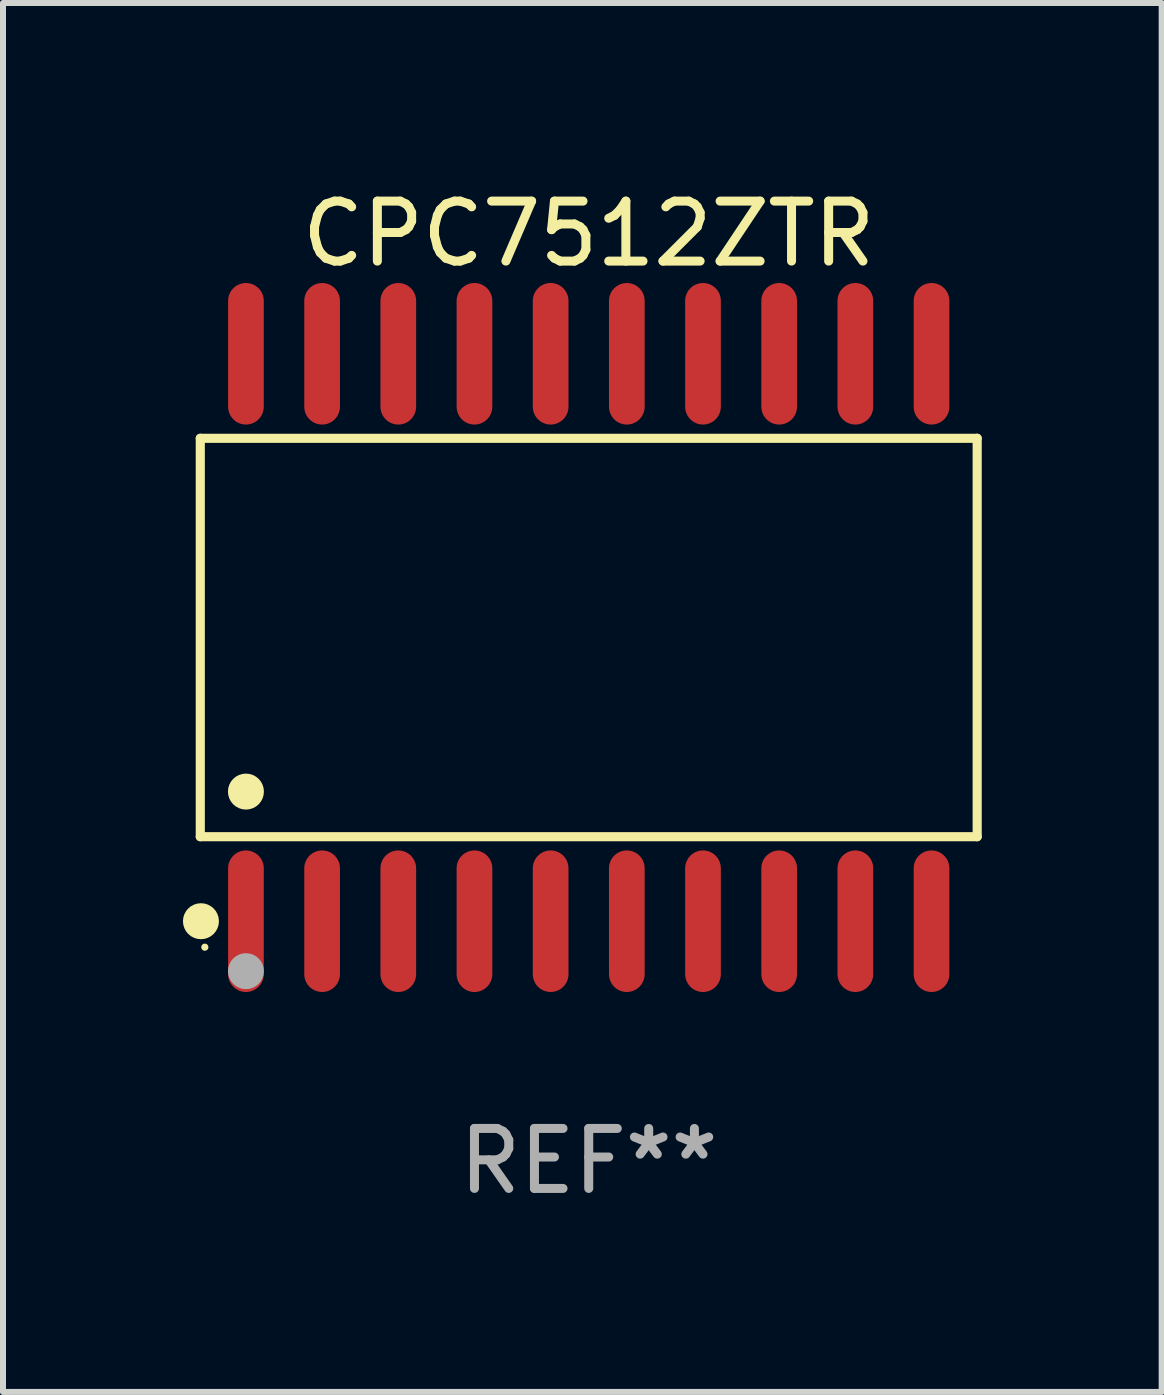
<source format=kicad_pcb>
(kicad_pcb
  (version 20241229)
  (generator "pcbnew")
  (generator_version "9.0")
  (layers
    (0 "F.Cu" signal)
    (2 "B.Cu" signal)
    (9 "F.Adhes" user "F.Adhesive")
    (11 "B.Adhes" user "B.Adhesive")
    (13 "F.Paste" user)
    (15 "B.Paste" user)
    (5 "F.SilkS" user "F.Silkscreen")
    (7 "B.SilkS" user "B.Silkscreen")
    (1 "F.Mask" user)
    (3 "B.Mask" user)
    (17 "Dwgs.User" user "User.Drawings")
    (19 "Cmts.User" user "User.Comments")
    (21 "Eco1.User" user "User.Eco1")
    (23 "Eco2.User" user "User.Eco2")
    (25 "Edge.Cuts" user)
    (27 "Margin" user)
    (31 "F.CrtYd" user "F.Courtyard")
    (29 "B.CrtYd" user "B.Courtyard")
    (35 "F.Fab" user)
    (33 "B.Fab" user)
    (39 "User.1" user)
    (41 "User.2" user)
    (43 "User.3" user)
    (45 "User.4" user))
  (footprint "CPC7512ZTR"
    (layer "F.Cu")
    (at 6.765 7.578)
    (property "Reference" "CPC7512ZTR" (at 0 -6.73 0) (layer "F.SilkS") (effects (font (size 1 1) (thickness 0.15))))
    (attr through_hole)
    (fp_line (start -6.476 -3.321) (end 6.476 -3.321) (stroke (width 0.152) (type solid)) (layer "F.SilkS"))
    (fp_line (start -6.476 3.321) (end -6.476 -3.321) (stroke (width 0.152) (type solid)) (layer "F.SilkS"))
    (fp_line (start 6.476 -3.321) (end 6.476 3.321) (stroke (width 0.152) (type solid)) (layer "F.SilkS"))
    (fp_line (start 6.476 3.321) (end -6.476 3.321) (stroke (width 0.152) (type solid)) (layer "F.SilkS"))
    (fp_circle (center -6.465 4.73) (end -6.315 4.73) (stroke (width 0.3) (type solid)) (fill no) (layer "F.SilkS"))
    (fp_circle (center -6.4 5.163) (end -6.37 5.163) (stroke (width 0.06) (type solid)) (fill no) (layer "F.SilkS"))
    (fp_circle (center -5.715 2.569) (end -5.565 2.569) (stroke (width 0.3) (type solid)) (fill no) (layer "F.SilkS"))
    (fp_circle (center -5.715 5.563) (end -5.565 5.563) (stroke (width 0.3) (type solid)) (fill no) (layer "F.Fab"))
    (fp_text user "REF**" (at 0 8.73 0) (layer "F.Fab") (effects (font (size 1 1) (thickness 0.15))))
    (pad "1" smd oval (at -5.715 4.73) (size 0.595 2.36) (layers "F.Cu" "F.Mask" "F.Paste"))
    (pad "2" smd oval (at -4.445 4.73) (size 0.595 2.36) (layers "F.Cu" "F.Mask" "F.Paste"))
    (pad "3" smd oval (at -3.175 4.73) (size 0.595 2.36) (layers "F.Cu" "F.Mask" "F.Paste"))
    (pad "4" smd oval (at -1.905 4.73) (size 0.595 2.36) (layers "F.Cu" "F.Mask" "F.Paste"))
    (pad "5" smd oval (at -0.635 4.73) (size 0.595 2.36) (layers "F.Cu" "F.Mask" "F.Paste"))
    (pad "6" smd oval (at 0.635 4.73) (size 0.595 2.36) (layers "F.Cu" "F.Mask" "F.Paste"))
    (pad "7" smd oval (at 1.905 4.73) (size 0.595 2.36) (layers "F.Cu" "F.Mask" "F.Paste"))
    (pad "8" smd oval (at 3.175 4.73) (size 0.595 2.36) (layers "F.Cu" "F.Mask" "F.Paste"))
    (pad "9" smd oval (at 4.445 4.73) (size 0.595 2.36) (layers "F.Cu" "F.Mask" "F.Paste"))
    (pad "10" smd oval (at 5.715 4.73) (size 0.595 2.36) (layers "F.Cu" "F.Mask" "F.Paste"))
    (pad "11" smd oval (at 5.715 -4.73) (size 0.595 2.36) (layers "F.Cu" "F.Mask" "F.Paste"))
    (pad "12" smd oval (at 4.445 -4.73) (size 0.595 2.36) (layers "F.Cu" "F.Mask" "F.Paste"))
    (pad "13" smd oval (at 3.175 -4.73) (size 0.595 2.36) (layers "F.Cu" "F.Mask" "F.Paste"))
    (pad "14" smd oval (at 1.905 -4.73) (size 0.595 2.36) (layers "F.Cu" "F.Mask" "F.Paste"))
    (pad "15" smd oval (at 0.635 -4.73) (size 0.595 2.36) (layers "F.Cu" "F.Mask" "F.Paste"))
    (pad "16" smd oval (at -0.635 -4.73) (size 0.595 2.36) (layers "F.Cu" "F.Mask" "F.Paste"))
    (pad "17" smd oval (at -1.905 -4.73) (size 0.595 2.36) (layers "F.Cu" "F.Mask" "F.Paste"))
    (pad "18" smd oval (at -3.175 -4.73) (size 0.595 2.36) (layers "F.Cu" "F.Mask" "F.Paste"))
    (pad "19" smd oval (at -4.445 -4.73) (size 0.595 2.36) (layers "F.Cu" "F.Mask" "F.Paste"))
    (pad "20" smd oval (at -5.715 -4.73) (size 0.595 2.36) (layers "F.Cu" "F.Mask" "F.Paste")))
  (gr_rect
    (start -3 -3)
    (end 16.317 20.156)
    (stroke (width 0.1) (type default))
    (fill no)
    (layer "Edge.Cuts")))
</source>
